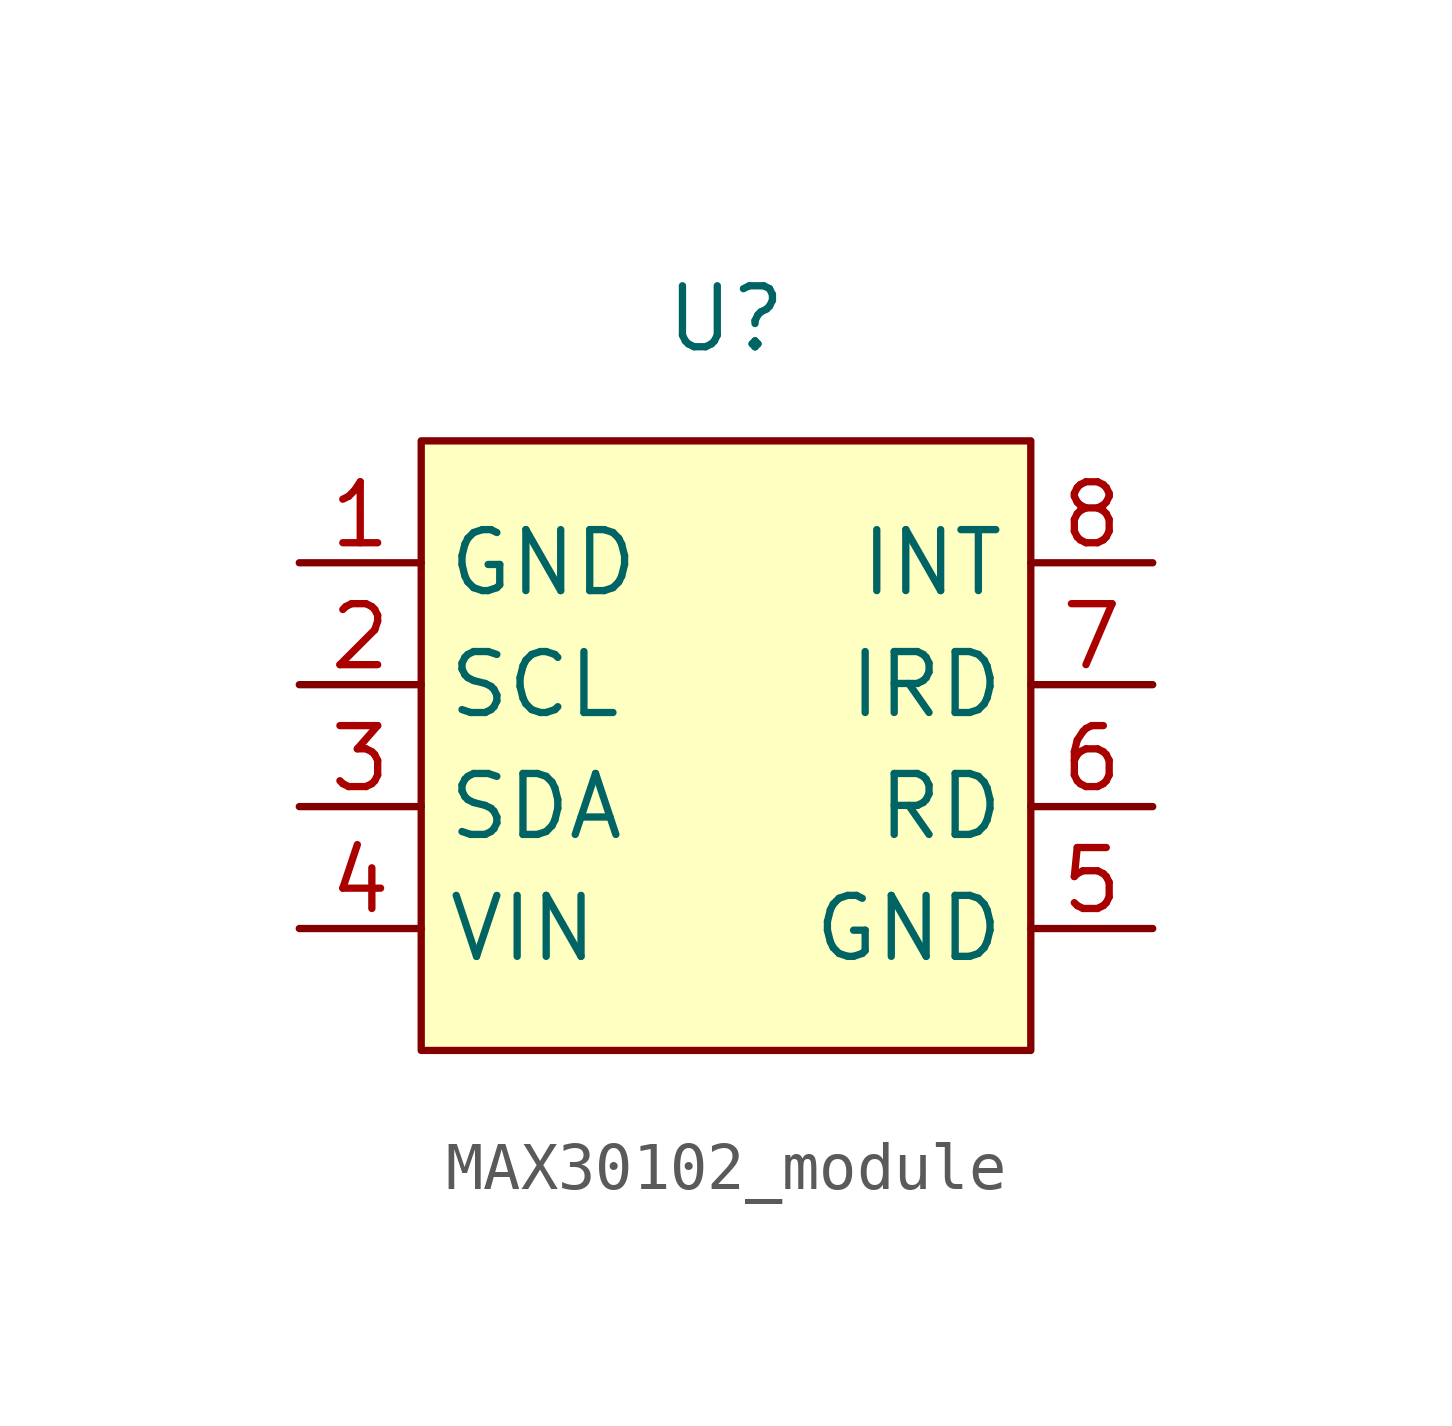
<source format=kicad_sym>
(kicad_symbol_lib
  (version 20220914)
  (generator kicad_symbol_editor)
  (symbol "MAX30102_module"
    (property "Reference" "U"
      (at 0 8.89 0)
      (effects (font (size 1.27 1.27))))
    (property "Value" ""
      (at -1.27 2.54 0)
      (effects (font (size 1.27 1.27))))
    (symbol "MAX30102_module_1_1"
      (rectangle (start -6.35 6.35) (end 6.35 -6.35) (stroke (width 0) (type default)) (fill (type background)))
      (pin input line (at -8.89 3.81 0) (length 2.54) (name "GND" (effects (font (size 1.27 1.27)))) (number "1" (effects (font (size 1.27 1.27)))))
      (pin input line (at -8.89 1.27 0) (length 2.54) (name "SCL" (effects (font (size 1.27 1.27)))) (number "2" (effects (font (size 1.27 1.27)))))
      (pin input line (at -8.89 -1.27 0) (length 2.54) (name "SDA" (effects (font (size 1.27 1.27)))) (number "3" (effects (font (size 1.27 1.27)))))
      (pin input line (at -8.89 -3.81 0) (length 2.54) (name "VIN" (effects (font (size 1.27 1.27)))) (number "4" (effects (font (size 1.27 1.27)))))
      (pin input line (at 8.89 -3.81 180) (length 2.54) (name "GND" (effects (font (size 1.27 1.27)))) (number "5" (effects (font (size 1.27 1.27)))))
      (pin input line (at 8.89 -1.27 180) (length 2.54) (name "RD" (effects (font (size 1.27 1.27)))) (number "6" (effects (font (size 1.27 1.27)))))
      (pin input line (at 8.89 1.27 180) (length 2.54) (name "IRD" (effects (font (size 1.27 1.27)))) (number "7" (effects (font (size 1.27 1.27)))))
      (pin input line (at 8.89 3.81 180) (length 2.54) (name "INT" (effects (font (size 1.27 1.27)))) (number "8" (effects (font (size 1.27 1.27))))))))
</source>
